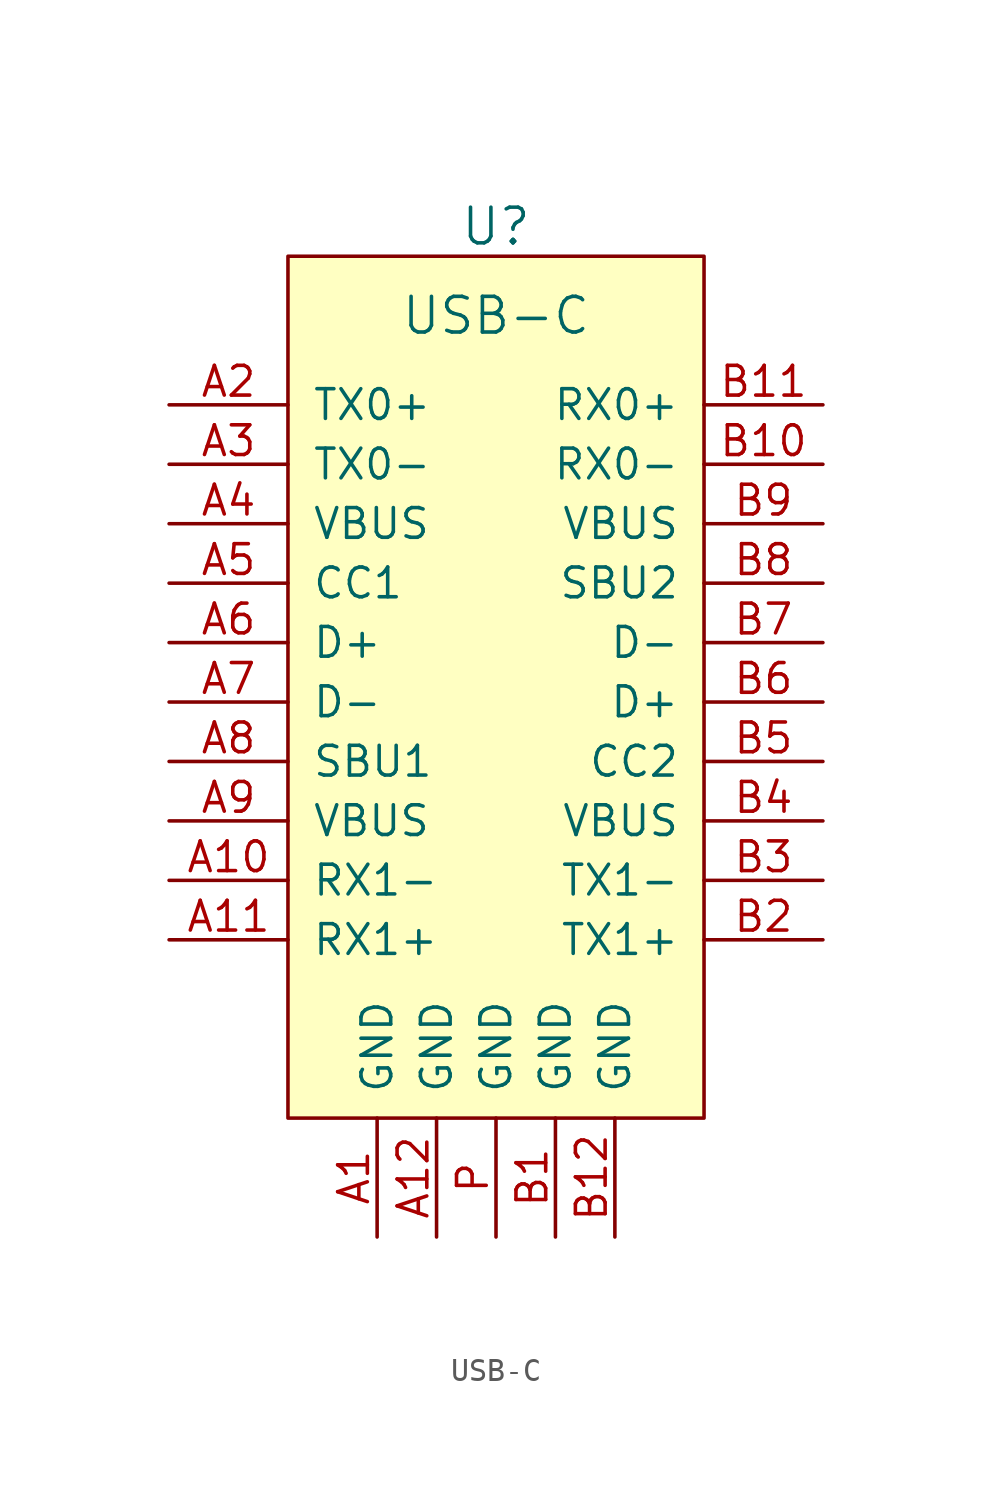
<source format=kicad_sym>
(kicad_symbol_lib
  (version 20211014)
  (generator kicad_symbol_editor)
  (symbol "USB-C"
    (pin_names
      (offset 1.016))
    (property "Reference" "U"
      (at 0 19.05 0)
      (effects (font (size 1.524 1.524))))
    (property "Value" "USB-C"
      (at 0 15.24 0)
      (effects (font (size 1.524 1.524))))
    (symbol "USB-C_0_1"
      (rectangle (start -8.89 17.78) (end 8.89 -19.05) (stroke (width 0) (type default) (color 0 0 0 0)) (fill (type background))))
    (symbol "USB-C_1_1"
      (pin input line (at -5.08 -24.13 90) (length 5.08) (name "GND" (effects (font (size 1.27 1.27)))) (number "A1" (effects (font (size 1.27 1.27)))))
      (pin input line (at -13.97 -8.89 0) (length 5.08) (name "RX1-" (effects (font (size 1.27 1.27)))) (number "A10" (effects (font (size 1.27 1.27)))))
      (pin input line (at -13.97 -11.43 0) (length 5.08) (name "RX1+" (effects (font (size 1.27 1.27)))) (number "A11" (effects (font (size 1.27 1.27)))))
      (pin input line (at -2.54 -24.13 90) (length 5.08) (name "GND" (effects (font (size 1.27 1.27)))) (number "A12" (effects (font (size 1.27 1.27)))))
      (pin input line (at -13.97 11.43 0) (length 5.08) (name "TX0+" (effects (font (size 1.27 1.27)))) (number "A2" (effects (font (size 1.27 1.27)))))
      (pin input line (at -13.97 8.89 0) (length 5.08) (name "TX0-" (effects (font (size 1.27 1.27)))) (number "A3" (effects (font (size 1.27 1.27)))))
      (pin input line (at -13.97 6.35 0) (length 5.08) (name "VBUS" (effects (font (size 1.27 1.27)))) (number "A4" (effects (font (size 1.27 1.27)))))
      (pin input line (at -13.97 3.81 0) (length 5.08) (name "CC1" (effects (font (size 1.27 1.27)))) (number "A5" (effects (font (size 1.27 1.27)))))
      (pin input line (at -13.97 1.27 0) (length 5.08) (name "D+" (effects (font (size 1.27 1.27)))) (number "A6" (effects (font (size 1.27 1.27)))))
      (pin input line (at -13.97 -1.27 0) (length 5.08) (name "D-" (effects (font (size 1.27 1.27)))) (number "A7" (effects (font (size 1.27 1.27)))))
      (pin input line (at -13.97 -3.81 0) (length 5.08) (name "SBU1" (effects (font (size 1.27 1.27)))) (number "A8" (effects (font (size 1.27 1.27)))))
      (pin input line (at -13.97 -6.35 0) (length 5.08) (name "VBUS" (effects (font (size 1.27 1.27)))) (number "A9" (effects (font (size 1.27 1.27)))))
      (pin input line (at 2.54 -24.13 90) (length 5.08) (name "GND" (effects (font (size 1.27 1.27)))) (number "B1" (effects (font (size 1.27 1.27)))))
      (pin input line (at 13.97 8.89 180) (length 5.08) (name "RX0-" (effects (font (size 1.27 1.27)))) (number "B10" (effects (font (size 1.27 1.27)))))
      (pin input line (at 13.97 11.43 180) (length 5.08) (name "RX0+" (effects (font (size 1.27 1.27)))) (number "B11" (effects (font (size 1.27 1.27)))))
      (pin input line (at 5.08 -24.13 90) (length 5.08) (name "GND" (effects (font (size 1.27 1.27)))) (number "B12" (effects (font (size 1.27 1.27)))))
      (pin input line (at 13.97 -11.43 180) (length 5.08) (name "TX1+" (effects (font (size 1.27 1.27)))) (number "B2" (effects (font (size 1.27 1.27)))))
      (pin input line (at 13.97 -8.89 180) (length 5.08) (name "TX1-" (effects (font (size 1.27 1.27)))) (number "B3" (effects (font (size 1.27 1.27)))))
      (pin input line (at 13.97 -6.35 180) (length 5.08) (name "VBUS" (effects (font (size 1.27 1.27)))) (number "B4" (effects (font (size 1.27 1.27)))))
      (pin input line (at 13.97 -3.81 180) (length 5.08) (name "CC2" (effects (font (size 1.27 1.27)))) (number "B5" (effects (font (size 1.27 1.27)))))
      (pin input line (at 13.97 -1.27 180) (length 5.08) (name "D+" (effects (font (size 1.27 1.27)))) (number "B6" (effects (font (size 1.27 1.27)))))
      (pin input line (at 13.97 1.27 180) (length 5.08) (name "D-" (effects (font (size 1.27 1.27)))) (number "B7" (effects (font (size 1.27 1.27)))))
      (pin input line (at 13.97 3.81 180) (length 5.08) (name "SBU2" (effects (font (size 1.27 1.27)))) (number "B8" (effects (font (size 1.27 1.27)))))
      (pin input line (at 13.97 6.35 180) (length 5.08) (name "VBUS" (effects (font (size 1.27 1.27)))) (number "B9" (effects (font (size 1.27 1.27)))))
      (pin input line (at 0 -24.13 90) (length 5.08) (name "GND" (effects (font (size 1.27 1.27)))) (number "P" (effects (font (size 1.27 1.27))))))))
</source>
